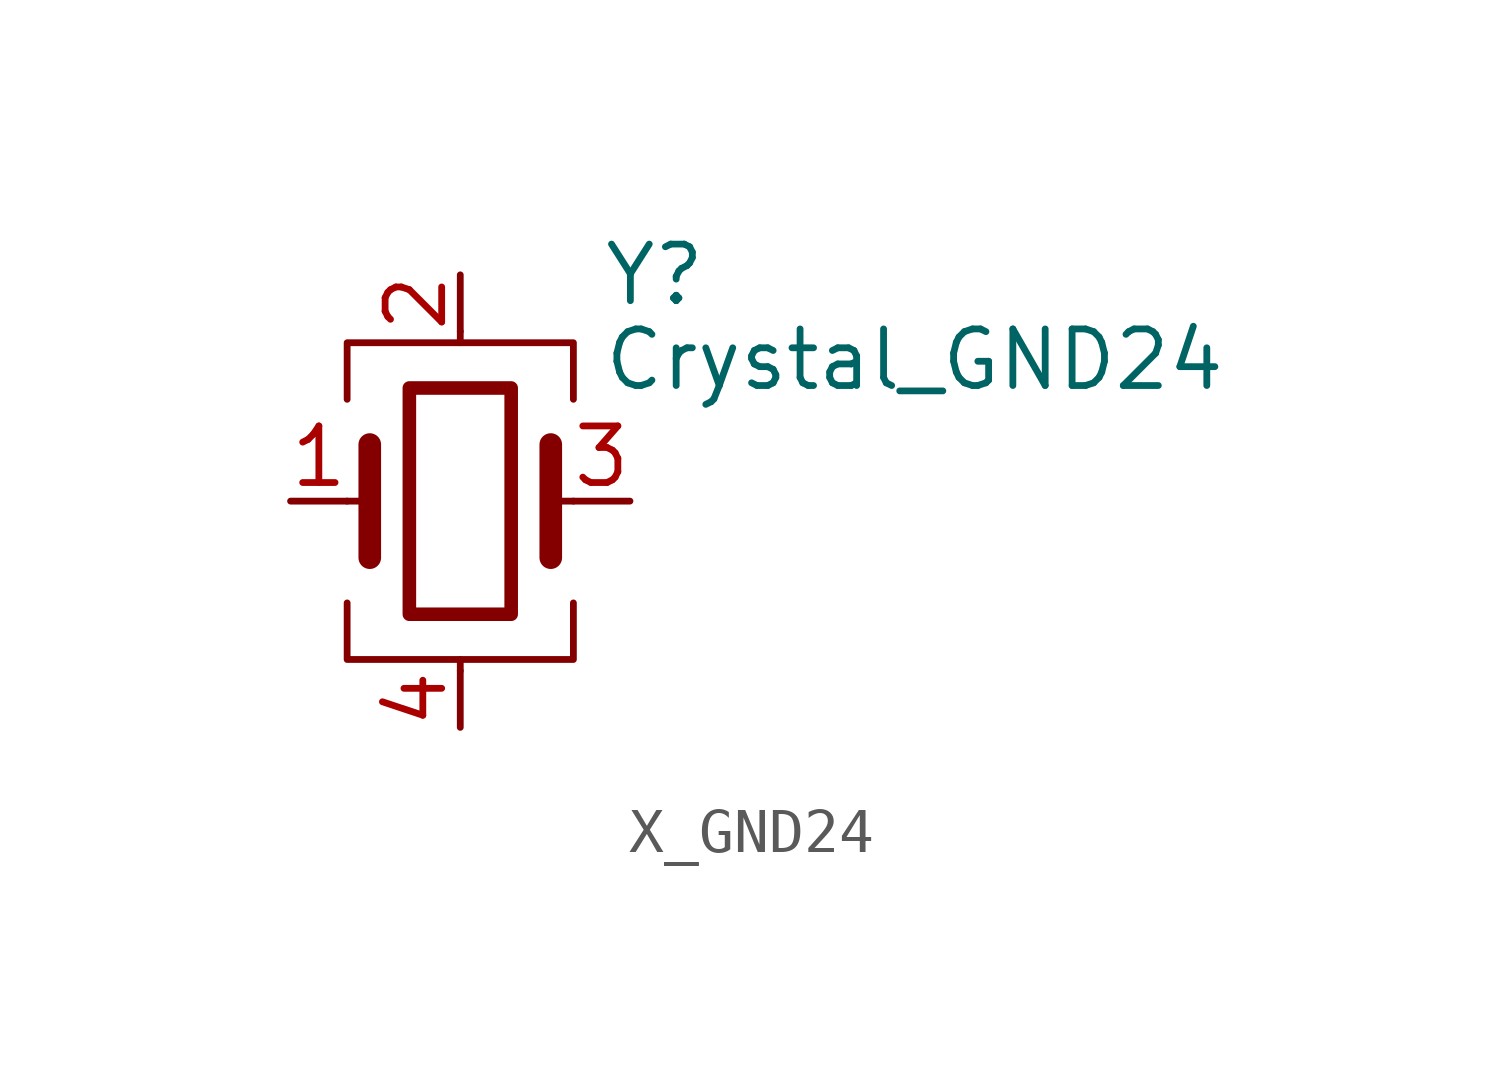
<source format=kicad_sym>
(kicad_symbol_lib
  (version 20220914)
  (generator kicad_symbol_editor)
  (symbol "X_GND24"
    (pin_names
      (offset 1.016) hide)
    (property "Reference" "Y"
      (at 3.175 5.08 0)
      (effects (font (size 1.27 1.27)) (justify left)))
    (property "Value" "Crystal_GND24"
      (at 3.175 3.175 0)
      (effects (font (size 1.27 1.27)) (justify left)))
    (symbol "X_GND24_0_1"
      (rectangle (start -1.143 2.54) (end 1.143 -2.54) (stroke (width 0.305) (type default)) (fill (type none)))
      (polyline (pts (xy -2.54 0) (xy -2.032 0)) (stroke (width 0) (type default)) (fill (type none)))
      (polyline (pts (xy -2.032 -1.27) (xy -2.032 1.27)) (stroke (width 0.508) (type default)) (fill (type none)))
      (polyline (pts (xy 0 -3.81) (xy 0 -3.556)) (stroke (width 0) (type default)) (fill (type none)))
      (polyline (pts (xy 0 3.556) (xy 0 3.81)) (stroke (width 0) (type default)) (fill (type none)))
      (polyline (pts (xy 2.032 -1.27) (xy 2.032 1.27)) (stroke (width 0.508) (type default)) (fill (type none)))
      (polyline (pts (xy 2.032 0) (xy 2.54 0)) (stroke (width 0) (type default)) (fill (type none)))
      (polyline (pts (xy -2.54 -2.286) (xy -2.54 -3.556) (xy 2.54 -3.556) (xy 2.54 -2.286)) (stroke (width 0) (type default)) (fill (type none)))
      (polyline (pts (xy -2.54 2.286) (xy -2.54 3.556) (xy 2.54 3.556) (xy 2.54 2.286)) (stroke (width 0) (type default)) (fill (type none))))
    (symbol "X_GND24_1_1"
      (pin passive line (at -3.81 0 0) (length 1.27) (name "1" (effects (font (size 1.27 1.27)))) (number "1" (effects (font (size 1.27 1.27)))))
      (pin passive line (at 0 5.08 270) (length 1.27) (name "2" (effects (font (size 1.27 1.27)))) (number "2" (effects (font (size 1.27 1.27)))))
      (pin passive line (at 3.81 0 180) (length 1.27) (name "3" (effects (font (size 1.27 1.27)))) (number "3" (effects (font (size 1.27 1.27)))))
      (pin passive line (at 0 -5.08 90) (length 1.27) (name "4" (effects (font (size 1.27 1.27)))) (number "4" (effects (font (size 1.27 1.27))))))))
</source>
